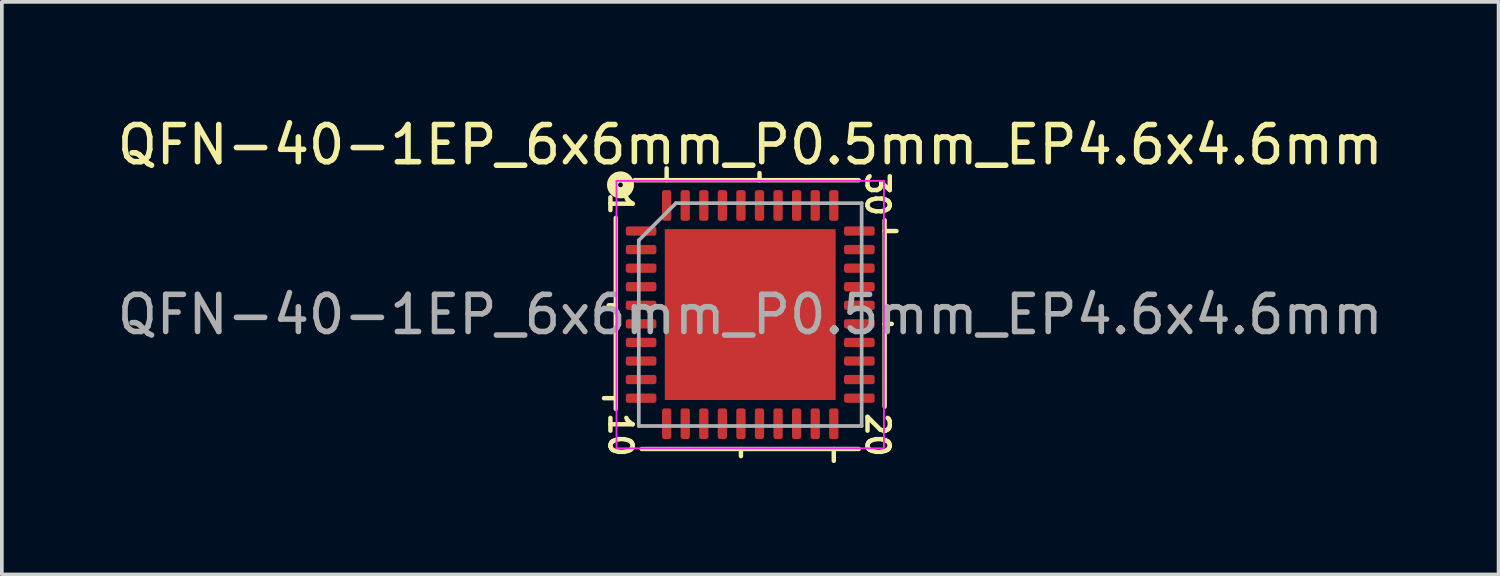
<source format=kicad_pcb>
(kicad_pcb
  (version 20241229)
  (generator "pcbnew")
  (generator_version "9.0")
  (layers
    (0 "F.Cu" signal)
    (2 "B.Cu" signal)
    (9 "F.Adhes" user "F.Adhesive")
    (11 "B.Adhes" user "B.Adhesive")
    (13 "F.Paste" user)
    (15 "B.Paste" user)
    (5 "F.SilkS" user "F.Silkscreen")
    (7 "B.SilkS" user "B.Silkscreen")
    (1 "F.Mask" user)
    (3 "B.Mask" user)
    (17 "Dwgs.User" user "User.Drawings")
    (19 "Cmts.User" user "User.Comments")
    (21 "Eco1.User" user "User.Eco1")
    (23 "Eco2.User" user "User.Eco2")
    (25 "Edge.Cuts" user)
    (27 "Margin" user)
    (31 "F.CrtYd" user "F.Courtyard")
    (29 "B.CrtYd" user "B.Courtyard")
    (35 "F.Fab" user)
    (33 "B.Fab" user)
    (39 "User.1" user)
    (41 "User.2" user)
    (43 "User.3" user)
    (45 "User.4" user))
  (footprint "QFN-40-1EP_6x6mm_P0.5mm_EP4.6x4.6mm"
    (layer "F.Cu")
    (at 17.149 5.42)
    (property "Reference" "QFN-40-1EP_6x6mm_P0.5mm_EP4.6x4.6mm" (at 0 -4.572 0) (layer "F.SilkS") (effects (font (size 1 1) (thickness 0.15))))
    (attr smd)
    (fp_line (start -3.937 2.25) (end -3.619 2.25) (stroke (width 0.12) (type solid)) (layer "F.SilkS"))
    (fp_line (start -3.619 -2.603) (end -3.619 2.54) (stroke (width 0.12) (type solid)) (layer "F.SilkS"))
    (fp_line (start -3.619 -0.25) (end -3.81 -0.25) (stroke (width 0.12) (type solid)) (layer "F.SilkS"))
    (fp_line (start -2.921 3.619) (end 2.921 3.619) (stroke (width 0.12) (type solid)) (layer "F.SilkS"))
    (fp_line (start -2.25 -3.619) (end -2.25 -3.937) (stroke (width 0.12) (type solid)) (layer "F.SilkS"))
    (fp_line (start -0.25 3.619) (end -0.25 3.81) (stroke (width 0.12) (type solid)) (layer "F.SilkS"))
    (fp_line (start 0.25 -3.619) (end 0.25 -3.81) (stroke (width 0.12) (type solid)) (layer "F.SilkS"))
    (fp_line (start 2.25 3.619) (end 2.25 3.937) (stroke (width 0.12) (type solid)) (layer "F.SilkS"))
    (fp_line (start 2.921 -3.619) (end -3.111 -3.619) (stroke (width 0.12) (type solid)) (layer "F.SilkS"))
    (fp_line (start 3.619 -2.25) (end 3.937 -2.25) (stroke (width 0.12) (type solid)) (layer "F.SilkS"))
    (fp_line (start 3.619 0.25) (end 3.81 0.25) (stroke (width 0.12) (type solid)) (layer "F.SilkS"))
    (fp_line (start 3.619 2.477) (end 3.619 -2.54) (stroke (width 0.12) (type solid)) (layer "F.SilkS"))
    (fp_circle (center -3.493 -3.493) (end -3.429 -3.493) (stroke (width 0.3) (type solid)) (fill no) (layer "F.SilkS"))
    (fp_line (start -3.6 -3.6) (end -3.6 3.6) (stroke (width 0.05) (type solid)) (layer "F.CrtYd"))
    (fp_line (start -3.6 3.6) (end 3.6 3.6) (stroke (width 0.05) (type solid)) (layer "F.CrtYd"))
    (fp_line (start 3.6 -3.6) (end -3.6 -3.6) (stroke (width 0.05) (type solid)) (layer "F.CrtYd"))
    (fp_line (start 3.6 3.6) (end 3.6 -3.6) (stroke (width 0.05) (type solid)) (layer "F.CrtYd"))
    (fp_line (start -3 -2) (end -2 -3) (stroke (width 0.1) (type solid)) (layer "F.Fab"))
    (fp_line (start -3 3) (end -3 -2) (stroke (width 0.1) (type solid)) (layer "F.Fab"))
    (fp_line (start -2 -3) (end 3 -3) (stroke (width 0.1) (type solid)) (layer "F.Fab"))
    (fp_line (start 3 -3) (end 3 3) (stroke (width 0.1) (type solid)) (layer "F.Fab"))
    (fp_line (start 3 3) (end -3 3) (stroke (width 0.1) (type solid)) (layer "F.Fab"))
    (fp_text user "20" (at 3.429 3.239 270) (unlocked yes) (layer "F.SilkS") (effects (font (size 0.6 0.6) (thickness 0.12))))
    (fp_text user "10" (at -3.493 3.239 270) (unlocked yes) (layer "F.SilkS") (effects (font (size 0.6 0.6) (thickness 0.12))))
    (fp_text user "1" (at -3.493 -2.985 270) (unlocked yes) (layer "F.SilkS") (effects (font (size 0.6 0.6) (thickness 0.12))))
    (fp_text user "30" (at 3.429 -3.239 270) (unlocked yes) (layer "F.SilkS") (effects (font (size 0.6 0.6) (thickness 0.12))))
    (fp_text user "${REFERENCE}" (at 0 0 0) (layer "F.Fab") (effects (font (size 1 1) (thickness 0.15))))
    (pad "" smd roundrect (at -1.725 -1.725) (size 0.93 0.93) (layers "F.Paste") (roundrect_rratio 0.25))
    (pad "" smd roundrect (at -1.725 -0.575) (size 0.93 0.93) (layers "F.Paste") (roundrect_rratio 0.25))
    (pad "" smd roundrect (at -1.725 0.575) (size 0.93 0.93) (layers "F.Paste") (roundrect_rratio 0.25))
    (pad "" smd roundrect (at -1.725 1.725) (size 0.93 0.93) (layers "F.Paste") (roundrect_rratio 0.25))
    (pad "" smd roundrect (at -0.575 -1.725) (size 0.93 0.93) (layers "F.Paste") (roundrect_rratio 0.25))
    (pad "" smd roundrect (at -0.575 -0.575) (size 0.93 0.93) (layers "F.Paste") (roundrect_rratio 0.25))
    (pad "" smd roundrect (at -0.575 0.575) (size 0.93 0.93) (layers "F.Paste") (roundrect_rratio 0.25))
    (pad "" smd roundrect (at -0.575 1.725) (size 0.93 0.93) (layers "F.Paste") (roundrect_rratio 0.25))
    (pad "" smd roundrect (at 0.575 -1.725) (size 0.93 0.93) (layers "F.Paste") (roundrect_rratio 0.25))
    (pad "" smd roundrect (at 0.575 -0.575) (size 0.93 0.93) (layers "F.Paste") (roundrect_rratio 0.25))
    (pad "" smd roundrect (at 0.575 0.575) (size 0.93 0.93) (layers "F.Paste") (roundrect_rratio 0.25))
    (pad "" smd roundrect (at 0.575 1.725) (size 0.93 0.93) (layers "F.Paste") (roundrect_rratio 0.25))
    (pad "" smd roundrect (at 1.725 -1.725) (size 0.93 0.93) (layers "F.Paste") (roundrect_rratio 0.25))
    (pad "" smd roundrect (at 1.725 -0.575) (size 0.93 0.93) (layers "F.Paste") (roundrect_rratio 0.25))
    (pad "" smd roundrect (at 1.725 0.575) (size 0.93 0.93) (layers "F.Paste") (roundrect_rratio 0.25))
    (pad "" smd roundrect (at 1.725 1.725) (size 0.93 0.93) (layers "F.Paste") (roundrect_rratio 0.25))
    (pad "1" smd roundrect (at -2.938 -2.25) (size 0.825 0.25) (layers "F.Cu" "F.Mask" "F.Paste") (roundrect_rratio 0.25))
    (pad "2" smd roundrect (at -2.938 -1.75) (size 0.825 0.25) (layers "F.Cu" "F.Mask" "F.Paste") (roundrect_rratio 0.25))
    (pad "3" smd roundrect (at -2.938 -1.25) (size 0.825 0.25) (layers "F.Cu" "F.Mask" "F.Paste") (roundrect_rratio 0.25))
    (pad "4" smd roundrect (at -2.938 -0.75) (size 0.825 0.25) (layers "F.Cu" "F.Mask" "F.Paste") (roundrect_rratio 0.25))
    (pad "5" smd roundrect (at -2.938 -0.25) (size 0.825 0.25) (layers "F.Cu" "F.Mask" "F.Paste") (roundrect_rratio 0.25))
    (pad "6" smd roundrect (at -2.938 0.25) (size 0.825 0.25) (layers "F.Cu" "F.Mask" "F.Paste") (roundrect_rratio 0.25))
    (pad "7" smd roundrect (at -2.938 0.75) (size 0.825 0.25) (layers "F.Cu" "F.Mask" "F.Paste") (roundrect_rratio 0.25))
    (pad "8" smd roundrect (at -2.938 1.25) (size 0.825 0.25) (layers "F.Cu" "F.Mask" "F.Paste") (roundrect_rratio 0.25))
    (pad "9" smd roundrect (at -2.938 1.75) (size 0.825 0.25) (layers "F.Cu" "F.Mask" "F.Paste") (roundrect_rratio 0.25))
    (pad "10" smd roundrect (at -2.938 2.25) (size 0.825 0.25) (layers "F.Cu" "F.Mask" "F.Paste") (roundrect_rratio 0.25))
    (pad "11" smd roundrect (at -2.25 2.938) (size 0.25 0.825) (layers "F.Cu" "F.Mask" "F.Paste") (roundrect_rratio 0.25))
    (pad "12" smd roundrect (at -1.75 2.938) (size 0.25 0.825) (layers "F.Cu" "F.Mask" "F.Paste") (roundrect_rratio 0.25))
    (pad "13" smd roundrect (at -1.25 2.938) (size 0.25 0.825) (layers "F.Cu" "F.Mask" "F.Paste") (roundrect_rratio 0.25))
    (pad "14" smd roundrect (at -0.75 2.938) (size 0.25 0.825) (layers "F.Cu" "F.Mask" "F.Paste") (roundrect_rratio 0.25))
    (pad "15" smd roundrect (at -0.25 2.938) (size 0.25 0.825) (layers "F.Cu" "F.Mask" "F.Paste") (roundrect_rratio 0.25))
    (pad "16" smd roundrect (at 0.25 2.938) (size 0.25 0.825) (layers "F.Cu" "F.Mask" "F.Paste") (roundrect_rratio 0.25))
    (pad "17" smd roundrect (at 0.75 2.938) (size 0.25 0.825) (layers "F.Cu" "F.Mask" "F.Paste") (roundrect_rratio 0.25))
    (pad "18" smd roundrect (at 1.25 2.938) (size 0.25 0.825) (layers "F.Cu" "F.Mask" "F.Paste") (roundrect_rratio 0.25))
    (pad "19" smd roundrect (at 1.75 2.938) (size 0.25 0.825) (layers "F.Cu" "F.Mask" "F.Paste") (roundrect_rratio 0.25))
    (pad "20" smd roundrect (at 2.25 2.938) (size 0.25 0.825) (layers "F.Cu" "F.Mask" "F.Paste") (roundrect_rratio 0.25))
    (pad "21" smd roundrect (at 2.938 2.25) (size 0.825 0.25) (layers "F.Cu" "F.Mask" "F.Paste") (roundrect_rratio 0.25))
    (pad "22" smd roundrect (at 2.938 1.75) (size 0.825 0.25) (layers "F.Cu" "F.Mask" "F.Paste") (roundrect_rratio 0.25))
    (pad "23" smd roundrect (at 2.938 1.25) (size 0.825 0.25) (layers "F.Cu" "F.Mask" "F.Paste") (roundrect_rratio 0.25))
    (pad "24" smd roundrect (at 2.938 0.75) (size 0.825 0.25) (layers "F.Cu" "F.Mask" "F.Paste") (roundrect_rratio 0.25))
    (pad "25" smd roundrect (at 2.938 0.25) (size 0.825 0.25) (layers "F.Cu" "F.Mask" "F.Paste") (roundrect_rratio 0.25))
    (pad "26" smd roundrect (at 2.938 -0.25) (size 0.825 0.25) (layers "F.Cu" "F.Mask" "F.Paste") (roundrect_rratio 0.25))
    (pad "27" smd roundrect (at 2.938 -0.75) (size 0.825 0.25) (layers "F.Cu" "F.Mask" "F.Paste") (roundrect_rratio 0.25))
    (pad "28" smd roundrect (at 2.938 -1.25) (size 0.825 0.25) (layers "F.Cu" "F.Mask" "F.Paste") (roundrect_rratio 0.25))
    (pad "29" smd roundrect (at 2.938 -1.75) (size 0.825 0.25) (layers "F.Cu" "F.Mask" "F.Paste") (roundrect_rratio 0.25))
    (pad "30" smd roundrect (at 2.938 -2.25) (size 0.825 0.25) (layers "F.Cu" "F.Mask" "F.Paste") (roundrect_rratio 0.25))
    (pad "31" smd roundrect (at 2.25 -2.938) (size 0.25 0.825) (layers "F.Cu" "F.Mask" "F.Paste") (roundrect_rratio 0.25))
    (pad "32" smd roundrect (at 1.75 -2.938) (size 0.25 0.825) (layers "F.Cu" "F.Mask" "F.Paste") (roundrect_rratio 0.25))
    (pad "33" smd roundrect (at 1.25 -2.938) (size 0.25 0.825) (layers "F.Cu" "F.Mask" "F.Paste") (roundrect_rratio 0.25))
    (pad "34" smd roundrect (at 0.75 -2.938) (size 0.25 0.825) (layers "F.Cu" "F.Mask" "F.Paste") (roundrect_rratio 0.25))
    (pad "35" smd roundrect (at 0.25 -2.938) (size 0.25 0.825) (layers "F.Cu" "F.Mask" "F.Paste") (roundrect_rratio 0.25))
    (pad "36" smd roundrect (at -0.25 -2.938) (size 0.25 0.825) (layers "F.Cu" "F.Mask" "F.Paste") (roundrect_rratio 0.25))
    (pad "37" smd roundrect (at -0.75 -2.938) (size 0.25 0.825) (layers "F.Cu" "F.Mask" "F.Paste") (roundrect_rratio 0.25))
    (pad "38" smd roundrect (at -1.25 -2.938) (size 0.25 0.825) (layers "F.Cu" "F.Mask" "F.Paste") (roundrect_rratio 0.25))
    (pad "39" smd roundrect (at -1.75 -2.938) (size 0.25 0.825) (layers "F.Cu" "F.Mask" "F.Paste") (roundrect_rratio 0.25))
    (pad "40" smd roundrect (at -2.25 -2.938) (size 0.25 0.825) (layers "F.Cu" "F.Mask" "F.Paste") (roundrect_rratio 0.25))
    (pad "41" smd rect (at 0 0) (size 4.6 4.6) (layers "F.Cu" "F.Mask")))
  (gr_rect
    (start -3 -3)
    (end 37.298 12.417)
    (stroke (width 0.1) (type default))
    (fill no)
    (layer "Edge.Cuts")))
</source>
